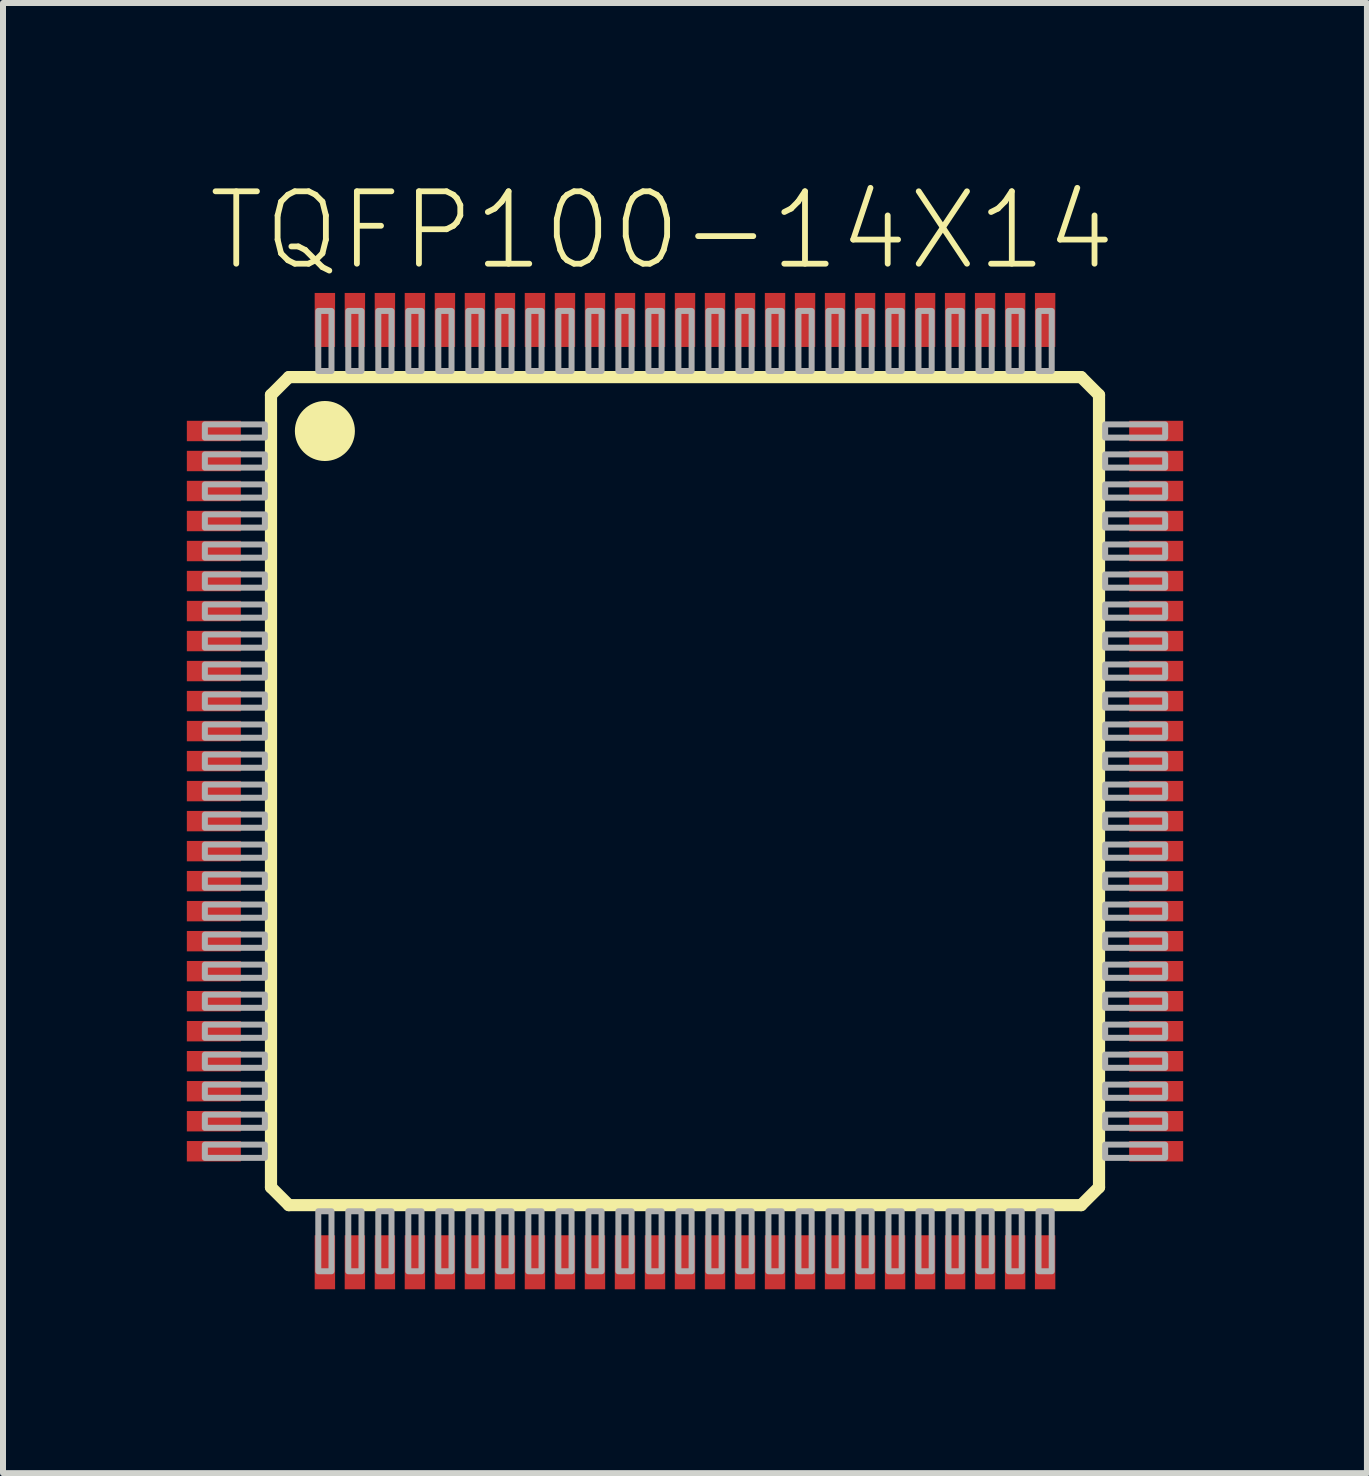
<source format=kicad_pcb>
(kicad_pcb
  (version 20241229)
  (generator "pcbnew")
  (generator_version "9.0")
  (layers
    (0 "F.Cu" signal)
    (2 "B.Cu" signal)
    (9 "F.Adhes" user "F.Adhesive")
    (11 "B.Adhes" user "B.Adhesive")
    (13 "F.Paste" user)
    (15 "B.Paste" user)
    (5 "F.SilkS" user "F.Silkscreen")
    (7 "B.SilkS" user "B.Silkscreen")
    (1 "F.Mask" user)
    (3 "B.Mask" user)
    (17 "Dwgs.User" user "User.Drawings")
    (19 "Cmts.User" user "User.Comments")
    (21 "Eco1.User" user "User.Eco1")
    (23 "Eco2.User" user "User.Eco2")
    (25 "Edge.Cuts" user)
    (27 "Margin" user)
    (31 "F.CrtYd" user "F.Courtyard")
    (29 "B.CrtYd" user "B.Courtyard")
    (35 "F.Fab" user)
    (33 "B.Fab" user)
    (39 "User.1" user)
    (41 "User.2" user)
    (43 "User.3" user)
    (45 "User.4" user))
  (footprint "TQFP100-14X14"
    (layer "F.Cu")
    (at 8.363 10.131)
    (property "Reference" "TQFP100-14X14" (at -8 -8.635 0) (layer "F.SilkS") (effects (font (size 1.206 1.206) (thickness 0.097)) (justify left bottom)))
    (attr through_hole)
    (fp_poly (pts (xy -8.363 -5.8) (xy -7.35 -5.8) (xy -7.35 -6.2) (xy -8.363 -6.2)) (stroke (width 0) (type solid)) (fill yes) (layer "F.Mask"))
    (fp_poly (pts (xy -8.363 -5.3) (xy -7.35 -5.3) (xy -7.35 -5.7) (xy -8.363 -5.7)) (stroke (width 0) (type solid)) (fill yes) (layer "F.Mask"))
    (fp_poly (pts (xy -8.363 -4.8) (xy -7.35 -4.8) (xy -7.35 -5.2) (xy -8.363 -5.2)) (stroke (width 0) (type solid)) (fill yes) (layer "F.Mask"))
    (fp_poly (pts (xy -8.363 -4.3) (xy -7.35 -4.3) (xy -7.35 -4.7) (xy -8.363 -4.7)) (stroke (width 0) (type solid)) (fill yes) (layer "F.Mask"))
    (fp_poly (pts (xy -8.363 -3.8) (xy -7.35 -3.8) (xy -7.35 -4.2) (xy -8.363 -4.2)) (stroke (width 0) (type solid)) (fill yes) (layer "F.Mask"))
    (fp_poly (pts (xy -8.363 -3.3) (xy -7.35 -3.3) (xy -7.35 -3.7) (xy -8.363 -3.7)) (stroke (width 0) (type solid)) (fill yes) (layer "F.Mask"))
    (fp_poly (pts (xy -8.363 -2.8) (xy -7.35 -2.8) (xy -7.35 -3.2) (xy -8.363 -3.2)) (stroke (width 0) (type solid)) (fill yes) (layer "F.Mask"))
    (fp_poly (pts (xy -8.363 -2.3) (xy -7.35 -2.3) (xy -7.35 -2.7) (xy -8.363 -2.7)) (stroke (width 0) (type solid)) (fill yes) (layer "F.Mask"))
    (fp_poly (pts (xy -8.363 -1.8) (xy -7.35 -1.8) (xy -7.35 -2.2) (xy -8.363 -2.2)) (stroke (width 0) (type solid)) (fill yes) (layer "F.Mask"))
    (fp_poly (pts (xy -8.363 -1.3) (xy -7.35 -1.3) (xy -7.35 -1.7) (xy -8.363 -1.7)) (stroke (width 0) (type solid)) (fill yes) (layer "F.Mask"))
    (fp_poly (pts (xy -8.363 -0.8) (xy -7.35 -0.8) (xy -7.35 -1.2) (xy -8.363 -1.2)) (stroke (width 0) (type solid)) (fill yes) (layer "F.Mask"))
    (fp_poly (pts (xy -8.363 -0.3) (xy -7.35 -0.3) (xy -7.35 -0.7) (xy -8.363 -0.7)) (stroke (width 0) (type solid)) (fill yes) (layer "F.Mask"))
    (fp_poly (pts (xy -8.363 0.2) (xy -7.35 0.2) (xy -7.35 -0.2) (xy -8.363 -0.2)) (stroke (width 0) (type solid)) (fill yes) (layer "F.Mask"))
    (fp_poly (pts (xy -8.363 0.7) (xy -7.35 0.7) (xy -7.35 0.3) (xy -8.363 0.3)) (stroke (width 0) (type solid)) (fill yes) (layer "F.Mask"))
    (fp_poly (pts (xy -8.363 1.2) (xy -7.35 1.2) (xy -7.35 0.8) (xy -8.363 0.8)) (stroke (width 0) (type solid)) (fill yes) (layer "F.Mask"))
    (fp_poly (pts (xy -8.363 1.7) (xy -7.35 1.7) (xy -7.35 1.3) (xy -8.363 1.3)) (stroke (width 0) (type solid)) (fill yes) (layer "F.Mask"))
    (fp_poly (pts (xy -8.363 2.2) (xy -7.35 2.2) (xy -7.35 1.8) (xy -8.363 1.8)) (stroke (width 0) (type solid)) (fill yes) (layer "F.Mask"))
    (fp_poly (pts (xy -8.363 2.7) (xy -7.35 2.7) (xy -7.35 2.3) (xy -8.363 2.3)) (stroke (width 0) (type solid)) (fill yes) (layer "F.Mask"))
    (fp_poly (pts (xy -8.363 3.2) (xy -7.35 3.2) (xy -7.35 2.8) (xy -8.363 2.8)) (stroke (width 0) (type solid)) (fill yes) (layer "F.Mask"))
    (fp_poly (pts (xy -8.363 3.7) (xy -7.35 3.7) (xy -7.35 3.3) (xy -8.363 3.3)) (stroke (width 0) (type solid)) (fill yes) (layer "F.Mask"))
    (fp_poly (pts (xy -8.363 4.2) (xy -7.35 4.2) (xy -7.35 3.8) (xy -8.363 3.8)) (stroke (width 0) (type solid)) (fill yes) (layer "F.Mask"))
    (fp_poly (pts (xy -8.363 4.7) (xy -7.35 4.7) (xy -7.35 4.3) (xy -8.363 4.3)) (stroke (width 0) (type solid)) (fill yes) (layer "F.Mask"))
    (fp_poly (pts (xy -8.363 5.2) (xy -7.35 5.2) (xy -7.35 4.8) (xy -8.363 4.8)) (stroke (width 0) (type solid)) (fill yes) (layer "F.Mask"))
    (fp_poly (pts (xy -8.363 5.7) (xy -7.35 5.7) (xy -7.35 5.3) (xy -8.363 5.3)) (stroke (width 0) (type solid)) (fill yes) (layer "F.Mask"))
    (fp_poly (pts (xy -8.363 6.2) (xy -7.35 6.2) (xy -7.35 5.8) (xy -8.363 5.8)) (stroke (width 0) (type solid)) (fill yes) (layer "F.Mask"))
    (fp_poly (pts (xy -6.2 -8.363) (xy -6.2 -7.35) (xy -5.8 -7.35) (xy -5.8 -8.363)) (stroke (width 0) (type solid)) (fill yes) (layer "F.Mask"))
    (fp_poly (pts (xy -5.8 8.363) (xy -5.8 7.35) (xy -6.2 7.35) (xy -6.2 8.363)) (stroke (width 0) (type solid)) (fill yes) (layer "F.Mask"))
    (fp_poly (pts (xy -5.7 -8.363) (xy -5.7 -7.35) (xy -5.3 -7.35) (xy -5.3 -8.363)) (stroke (width 0) (type solid)) (fill yes) (layer "F.Mask"))
    (fp_poly (pts (xy -5.3 8.363) (xy -5.3 7.35) (xy -5.7 7.35) (xy -5.7 8.363)) (stroke (width 0) (type solid)) (fill yes) (layer "F.Mask"))
    (fp_poly (pts (xy -5.2 -8.363) (xy -5.2 -7.35) (xy -4.8 -7.35) (xy -4.8 -8.363)) (stroke (width 0) (type solid)) (fill yes) (layer "F.Mask"))
    (fp_poly (pts (xy -4.8 8.363) (xy -4.8 7.35) (xy -5.2 7.35) (xy -5.2 8.363)) (stroke (width 0) (type solid)) (fill yes) (layer "F.Mask"))
    (fp_poly (pts (xy -4.7 -8.363) (xy -4.7 -7.35) (xy -4.3 -7.35) (xy -4.3 -8.363)) (stroke (width 0) (type solid)) (fill yes) (layer "F.Mask"))
    (fp_poly (pts (xy -4.3 8.363) (xy -4.3 7.35) (xy -4.7 7.35) (xy -4.7 8.363)) (stroke (width 0) (type solid)) (fill yes) (layer "F.Mask"))
    (fp_poly (pts (xy -4.2 -8.363) (xy -4.2 -7.35) (xy -3.8 -7.35) (xy -3.8 -8.363)) (stroke (width 0) (type solid)) (fill yes) (layer "F.Mask"))
    (fp_poly (pts (xy -3.8 8.363) (xy -3.8 7.35) (xy -4.2 7.35) (xy -4.2 8.363)) (stroke (width 0) (type solid)) (fill yes) (layer "F.Mask"))
    (fp_poly (pts (xy -3.7 -8.363) (xy -3.7 -7.35) (xy -3.3 -7.35) (xy -3.3 -8.363)) (stroke (width 0) (type solid)) (fill yes) (layer "F.Mask"))
    (fp_poly (pts (xy -3.3 8.363) (xy -3.3 7.35) (xy -3.7 7.35) (xy -3.7 8.363)) (stroke (width 0) (type solid)) (fill yes) (layer "F.Mask"))
    (fp_poly (pts (xy -3.2 -8.363) (xy -3.2 -7.35) (xy -2.8 -7.35) (xy -2.8 -8.363)) (stroke (width 0) (type solid)) (fill yes) (layer "F.Mask"))
    (fp_poly (pts (xy -2.8 8.363) (xy -2.8 7.35) (xy -3.2 7.35) (xy -3.2 8.363)) (stroke (width 0) (type solid)) (fill yes) (layer "F.Mask"))
    (fp_poly (pts (xy -2.7 -8.363) (xy -2.7 -7.35) (xy -2.3 -7.35) (xy -2.3 -8.363)) (stroke (width 0) (type solid)) (fill yes) (layer "F.Mask"))
    (fp_poly (pts (xy -2.3 8.363) (xy -2.3 7.35) (xy -2.7 7.35) (xy -2.7 8.363)) (stroke (width 0) (type solid)) (fill yes) (layer "F.Mask"))
    (fp_poly (pts (xy -2.2 -8.363) (xy -2.2 -7.35) (xy -1.8 -7.35) (xy -1.8 -8.363)) (stroke (width 0) (type solid)) (fill yes) (layer "F.Mask"))
    (fp_poly (pts (xy -1.8 8.363) (xy -1.8 7.35) (xy -2.2 7.35) (xy -2.2 8.363)) (stroke (width 0) (type solid)) (fill yes) (layer "F.Mask"))
    (fp_poly (pts (xy -1.7 -8.363) (xy -1.7 -7.35) (xy -1.3 -7.35) (xy -1.3 -8.363)) (stroke (width 0) (type solid)) (fill yes) (layer "F.Mask"))
    (fp_poly (pts (xy -1.3 8.363) (xy -1.3 7.35) (xy -1.7 7.35) (xy -1.7 8.363)) (stroke (width 0) (type solid)) (fill yes) (layer "F.Mask"))
    (fp_poly (pts (xy -1.2 -8.363) (xy -1.2 -7.35) (xy -0.8 -7.35) (xy -0.8 -8.363)) (stroke (width 0) (type solid)) (fill yes) (layer "F.Mask"))
    (fp_poly (pts (xy -0.8 8.363) (xy -0.8 7.35) (xy -1.2 7.35) (xy -1.2 8.363)) (stroke (width 0) (type solid)) (fill yes) (layer "F.Mask"))
    (fp_poly (pts (xy -0.7 -8.363) (xy -0.7 -7.35) (xy -0.3 -7.35) (xy -0.3 -8.363)) (stroke (width 0) (type solid)) (fill yes) (layer "F.Mask"))
    (fp_poly (pts (xy -0.3 8.363) (xy -0.3 7.35) (xy -0.7 7.35) (xy -0.7 8.363)) (stroke (width 0) (type solid)) (fill yes) (layer "F.Mask"))
    (fp_poly (pts (xy -0.2 -8.363) (xy -0.2 -7.35) (xy 0.2 -7.35) (xy 0.2 -8.363)) (stroke (width 0) (type solid)) (fill yes) (layer "F.Mask"))
    (fp_poly (pts (xy 0.2 8.363) (xy 0.2 7.35) (xy -0.2 7.35) (xy -0.2 8.363)) (stroke (width 0) (type solid)) (fill yes) (layer "F.Mask"))
    (fp_poly (pts (xy 0.3 -8.363) (xy 0.3 -7.35) (xy 0.7 -7.35) (xy 0.7 -8.363)) (stroke (width 0) (type solid)) (fill yes) (layer "F.Mask"))
    (fp_poly (pts (xy 0.7 8.363) (xy 0.7 7.35) (xy 0.3 7.35) (xy 0.3 8.363)) (stroke (width 0) (type solid)) (fill yes) (layer "F.Mask"))
    (fp_poly (pts (xy 0.8 -8.363) (xy 0.8 -7.35) (xy 1.2 -7.35) (xy 1.2 -8.363)) (stroke (width 0) (type solid)) (fill yes) (layer "F.Mask"))
    (fp_poly (pts (xy 1.2 8.363) (xy 1.2 7.35) (xy 0.8 7.35) (xy 0.8 8.363)) (stroke (width 0) (type solid)) (fill yes) (layer "F.Mask"))
    (fp_poly (pts (xy 1.3 -8.363) (xy 1.3 -7.35) (xy 1.7 -7.35) (xy 1.7 -8.363)) (stroke (width 0) (type solid)) (fill yes) (layer "F.Mask"))
    (fp_poly (pts (xy 1.7 8.363) (xy 1.7 7.35) (xy 1.3 7.35) (xy 1.3 8.363)) (stroke (width 0) (type solid)) (fill yes) (layer "F.Mask"))
    (fp_poly (pts (xy 1.8 -8.363) (xy 1.8 -7.35) (xy 2.2 -7.35) (xy 2.2 -8.363)) (stroke (width 0) (type solid)) (fill yes) (layer "F.Mask"))
    (fp_poly (pts (xy 2.2 8.363) (xy 2.2 7.35) (xy 1.8 7.35) (xy 1.8 8.363)) (stroke (width 0) (type solid)) (fill yes) (layer "F.Mask"))
    (fp_poly (pts (xy 2.3 -8.363) (xy 2.3 -7.35) (xy 2.7 -7.35) (xy 2.7 -8.363)) (stroke (width 0) (type solid)) (fill yes) (layer "F.Mask"))
    (fp_poly (pts (xy 2.7 8.363) (xy 2.7 7.35) (xy 2.3 7.35) (xy 2.3 8.363)) (stroke (width 0) (type solid)) (fill yes) (layer "F.Mask"))
    (fp_poly (pts (xy 2.8 -8.363) (xy 2.8 -7.35) (xy 3.2 -7.35) (xy 3.2 -8.363)) (stroke (width 0) (type solid)) (fill yes) (layer "F.Mask"))
    (fp_poly (pts (xy 3.2 8.363) (xy 3.2 7.35) (xy 2.8 7.35) (xy 2.8 8.363)) (stroke (width 0) (type solid)) (fill yes) (layer "F.Mask"))
    (fp_poly (pts (xy 3.3 -8.363) (xy 3.3 -7.35) (xy 3.7 -7.35) (xy 3.7 -8.363)) (stroke (width 0) (type solid)) (fill yes) (layer "F.Mask"))
    (fp_poly (pts (xy 3.7 8.363) (xy 3.7 7.35) (xy 3.3 7.35) (xy 3.3 8.363)) (stroke (width 0) (type solid)) (fill yes) (layer "F.Mask"))
    (fp_poly (pts (xy 3.8 -8.363) (xy 3.8 -7.35) (xy 4.2 -7.35) (xy 4.2 -8.363)) (stroke (width 0) (type solid)) (fill yes) (layer "F.Mask"))
    (fp_poly (pts (xy 4.2 8.363) (xy 4.2 7.35) (xy 3.8 7.35) (xy 3.8 8.363)) (stroke (width 0) (type solid)) (fill yes) (layer "F.Mask"))
    (fp_poly (pts (xy 4.3 -8.363) (xy 4.3 -7.35) (xy 4.7 -7.35) (xy 4.7 -8.363)) (stroke (width 0) (type solid)) (fill yes) (layer "F.Mask"))
    (fp_poly (pts (xy 4.7 8.363) (xy 4.7 7.35) (xy 4.3 7.35) (xy 4.3 8.363)) (stroke (width 0) (type solid)) (fill yes) (layer "F.Mask"))
    (fp_poly (pts (xy 4.8 -8.363) (xy 4.8 -7.35) (xy 5.2 -7.35) (xy 5.2 -8.363)) (stroke (width 0) (type solid)) (fill yes) (layer "F.Mask"))
    (fp_poly (pts (xy 5.2 8.363) (xy 5.2 7.35) (xy 4.8 7.35) (xy 4.8 8.363)) (stroke (width 0) (type solid)) (fill yes) (layer "F.Mask"))
    (fp_poly (pts (xy 5.3 -8.363) (xy 5.3 -7.35) (xy 5.7 -7.35) (xy 5.7 -8.363)) (stroke (width 0) (type solid)) (fill yes) (layer "F.Mask"))
    (fp_poly (pts (xy 5.7 8.363) (xy 5.7 7.35) (xy 5.3 7.35) (xy 5.3 8.363)) (stroke (width 0) (type solid)) (fill yes) (layer "F.Mask"))
    (fp_poly (pts (xy 5.8 -8.363) (xy 5.8 -7.35) (xy 6.2 -7.35) (xy 6.2 -8.363)) (stroke (width 0) (type solid)) (fill yes) (layer "F.Mask"))
    (fp_poly (pts (xy 6.2 8.363) (xy 6.2 7.35) (xy 5.8 7.35) (xy 5.8 8.363)) (stroke (width 0) (type solid)) (fill yes) (layer "F.Mask"))
    (fp_poly (pts (xy 8.363 -6.2) (xy 7.35 -6.2) (xy 7.35 -5.8) (xy 8.363 -5.8)) (stroke (width 0) (type solid)) (fill yes) (layer "F.Mask"))
    (fp_poly (pts (xy 8.363 -5.7) (xy 7.35 -5.7) (xy 7.35 -5.3) (xy 8.363 -5.3)) (stroke (width 0) (type solid)) (fill yes) (layer "F.Mask"))
    (fp_poly (pts (xy 8.363 -5.2) (xy 7.35 -5.2) (xy 7.35 -4.8) (xy 8.363 -4.8)) (stroke (width 0) (type solid)) (fill yes) (layer "F.Mask"))
    (fp_poly (pts (xy 8.363 -4.7) (xy 7.35 -4.7) (xy 7.35 -4.3) (xy 8.363 -4.3)) (stroke (width 0) (type solid)) (fill yes) (layer "F.Mask"))
    (fp_poly (pts (xy 8.363 -4.2) (xy 7.35 -4.2) (xy 7.35 -3.8) (xy 8.363 -3.8)) (stroke (width 0) (type solid)) (fill yes) (layer "F.Mask"))
    (fp_poly (pts (xy 8.363 -3.7) (xy 7.35 -3.7) (xy 7.35 -3.3) (xy 8.363 -3.3)) (stroke (width 0) (type solid)) (fill yes) (layer "F.Mask"))
    (fp_poly (pts (xy 8.363 -3.2) (xy 7.35 -3.2) (xy 7.35 -2.8) (xy 8.363 -2.8)) (stroke (width 0) (type solid)) (fill yes) (layer "F.Mask"))
    (fp_poly (pts (xy 8.363 -2.7) (xy 7.35 -2.7) (xy 7.35 -2.3) (xy 8.363 -2.3)) (stroke (width 0) (type solid)) (fill yes) (layer "F.Mask"))
    (fp_poly (pts (xy 8.363 -2.2) (xy 7.35 -2.2) (xy 7.35 -1.8) (xy 8.363 -1.8)) (stroke (width 0) (type solid)) (fill yes) (layer "F.Mask"))
    (fp_poly (pts (xy 8.363 -1.7) (xy 7.35 -1.7) (xy 7.35 -1.3) (xy 8.363 -1.3)) (stroke (width 0) (type solid)) (fill yes) (layer "F.Mask"))
    (fp_poly (pts (xy 8.363 -1.2) (xy 7.35 -1.2) (xy 7.35 -0.8) (xy 8.363 -0.8)) (stroke (width 0) (type solid)) (fill yes) (layer "F.Mask"))
    (fp_poly (pts (xy 8.363 -0.7) (xy 7.35 -0.7) (xy 7.35 -0.3) (xy 8.363 -0.3)) (stroke (width 0) (type solid)) (fill yes) (layer "F.Mask"))
    (fp_poly (pts (xy 8.363 -0.2) (xy 7.35 -0.2) (xy 7.35 0.2) (xy 8.363 0.2)) (stroke (width 0) (type solid)) (fill yes) (layer "F.Mask"))
    (fp_poly (pts (xy 8.363 0.3) (xy 7.35 0.3) (xy 7.35 0.7) (xy 8.363 0.7)) (stroke (width 0) (type solid)) (fill yes) (layer "F.Mask"))
    (fp_poly (pts (xy 8.363 0.8) (xy 7.35 0.8) (xy 7.35 1.2) (xy 8.363 1.2)) (stroke (width 0) (type solid)) (fill yes) (layer "F.Mask"))
    (fp_poly (pts (xy 8.363 1.3) (xy 7.35 1.3) (xy 7.35 1.7) (xy 8.363 1.7)) (stroke (width 0) (type solid)) (fill yes) (layer "F.Mask"))
    (fp_poly (pts (xy 8.363 1.8) (xy 7.35 1.8) (xy 7.35 2.2) (xy 8.363 2.2)) (stroke (width 0) (type solid)) (fill yes) (layer "F.Mask"))
    (fp_poly (pts (xy 8.363 2.3) (xy 7.35 2.3) (xy 7.35 2.7) (xy 8.363 2.7)) (stroke (width 0) (type solid)) (fill yes) (layer "F.Mask"))
    (fp_poly (pts (xy 8.363 2.8) (xy 7.35 2.8) (xy 7.35 3.2) (xy 8.363 3.2)) (stroke (width 0) (type solid)) (fill yes) (layer "F.Mask"))
    (fp_poly (pts (xy 8.363 3.3) (xy 7.35 3.3) (xy 7.35 3.7) (xy 8.363 3.7)) (stroke (width 0) (type solid)) (fill yes) (layer "F.Mask"))
    (fp_poly (pts (xy 8.363 3.8) (xy 7.35 3.8) (xy 7.35 4.2) (xy 8.363 4.2)) (stroke (width 0) (type solid)) (fill yes) (layer "F.Mask"))
    (fp_poly (pts (xy 8.363 4.3) (xy 7.35 4.3) (xy 7.35 4.7) (xy 8.363 4.7)) (stroke (width 0) (type solid)) (fill yes) (layer "F.Mask"))
    (fp_poly (pts (xy 8.363 4.8) (xy 7.35 4.8) (xy 7.35 5.2) (xy 8.363 5.2)) (stroke (width 0) (type solid)) (fill yes) (layer "F.Mask"))
    (fp_poly (pts (xy 8.363 5.3) (xy 7.35 5.3) (xy 7.35 5.7) (xy 8.363 5.7)) (stroke (width 0) (type solid)) (fill yes) (layer "F.Mask"))
    (fp_poly (pts (xy 8.363 5.8) (xy 7.35 5.8) (xy 7.35 6.2) (xy 8.363 6.2)) (stroke (width 0) (type solid)) (fill yes) (layer "F.Mask"))
    (fp_line (start -6.898 -6.6) (end -6.898 6.6) (stroke (width 0.203) (type solid)) (layer "F.SilkS"))
    (fp_line (start -6.898 6.6) (end -6.6 6.898) (stroke (width 0.203) (type solid)) (layer "F.SilkS"))
    (fp_line (start -6.6 -6.898) (end -6.898 -6.6) (stroke (width 0.203) (type solid)) (layer "F.SilkS"))
    (fp_line (start -6.6 6.898) (end 6.6 6.898) (stroke (width 0.203) (type solid)) (layer "F.SilkS"))
    (fp_line (start 6.6 -6.898) (end -6.6 -6.898) (stroke (width 0.203) (type solid)) (layer "F.SilkS"))
    (fp_line (start 6.6 6.898) (end 6.898 6.6) (stroke (width 0.203) (type solid)) (layer "F.SilkS"))
    (fp_line (start 6.898 -6.6) (end 6.6 -6.898) (stroke (width 0.203) (type solid)) (layer "F.SilkS"))
    (fp_line (start 6.898 6.6) (end 6.898 -6.6) (stroke (width 0.203) (type solid)) (layer "F.SilkS"))
    (fp_circle (center -6 -6) (end -5.5 -6) (stroke (width 0) (type solid)) (fill yes) (layer "F.SilkS"))
    (fp_poly (pts (xy -8.262 -5.838) (xy -7.45 -5.838) (xy -7.45 -6.162) (xy -8.262 -6.162)) (stroke (width 0) (type solid)) (fill yes) (layer "F.Paste"))
    (fp_poly (pts (xy -8.262 -5.338) (xy -7.45 -5.338) (xy -7.45 -5.662) (xy -8.262 -5.662)) (stroke (width 0) (type solid)) (fill yes) (layer "F.Paste"))
    (fp_poly (pts (xy -8.262 -4.838) (xy -7.45 -4.838) (xy -7.45 -5.162) (xy -8.262 -5.162)) (stroke (width 0) (type solid)) (fill yes) (layer "F.Paste"))
    (fp_poly (pts (xy -8.262 -4.338) (xy -7.45 -4.338) (xy -7.45 -4.662) (xy -8.262 -4.662)) (stroke (width 0) (type solid)) (fill yes) (layer "F.Paste"))
    (fp_poly (pts (xy -8.262 -3.837) (xy -7.45 -3.837) (xy -7.45 -4.162) (xy -8.262 -4.162)) (stroke (width 0) (type solid)) (fill yes) (layer "F.Paste"))
    (fp_poly (pts (xy -8.262 -3.337) (xy -7.45 -3.337) (xy -7.45 -3.663) (xy -8.262 -3.663)) (stroke (width 0) (type solid)) (fill yes) (layer "F.Paste"))
    (fp_poly (pts (xy -8.262 -2.837) (xy -7.45 -2.837) (xy -7.45 -3.163) (xy -8.262 -3.163)) (stroke (width 0) (type solid)) (fill yes) (layer "F.Paste"))
    (fp_poly (pts (xy -8.262 -2.337) (xy -7.45 -2.337) (xy -7.45 -2.663) (xy -8.262 -2.663)) (stroke (width 0) (type solid)) (fill yes) (layer "F.Paste"))
    (fp_poly (pts (xy -8.262 -1.837) (xy -7.45 -1.837) (xy -7.45 -2.163) (xy -8.262 -2.163)) (stroke (width 0) (type solid)) (fill yes) (layer "F.Paste"))
    (fp_poly (pts (xy -8.262 -1.337) (xy -7.45 -1.337) (xy -7.45 -1.663) (xy -8.262 -1.663)) (stroke (width 0) (type solid)) (fill yes) (layer "F.Paste"))
    (fp_poly (pts (xy -8.262 -0.838) (xy -7.45 -0.838) (xy -7.45 -1.163) (xy -8.262 -1.163)) (stroke (width 0) (type solid)) (fill yes) (layer "F.Paste"))
    (fp_poly (pts (xy -8.262 -0.338) (xy -7.45 -0.338) (xy -7.45 -0.662) (xy -8.262 -0.662)) (stroke (width 0) (type solid)) (fill yes) (layer "F.Paste"))
    (fp_poly (pts (xy -8.262 0.163) (xy -7.45 0.163) (xy -7.45 -0.163) (xy -8.262 -0.163)) (stroke (width 0) (type solid)) (fill yes) (layer "F.Paste"))
    (fp_poly (pts (xy -8.262 0.662) (xy -7.45 0.662) (xy -7.45 0.338) (xy -8.262 0.338)) (stroke (width 0) (type solid)) (fill yes) (layer "F.Paste"))
    (fp_poly (pts (xy -8.262 1.163) (xy -7.45 1.163) (xy -7.45 0.838) (xy -8.262 0.838)) (stroke (width 0) (type solid)) (fill yes) (layer "F.Paste"))
    (fp_poly (pts (xy -8.262 1.663) (xy -7.45 1.663) (xy -7.45 1.337) (xy -8.262 1.337)) (stroke (width 0) (type solid)) (fill yes) (layer "F.Paste"))
    (fp_poly (pts (xy -8.262 2.163) (xy -7.45 2.163) (xy -7.45 1.837) (xy -8.262 1.837)) (stroke (width 0) (type solid)) (fill yes) (layer "F.Paste"))
    (fp_poly (pts (xy -8.262 2.663) (xy -7.45 2.663) (xy -7.45 2.337) (xy -8.262 2.337)) (stroke (width 0) (type solid)) (fill yes) (layer "F.Paste"))
    (fp_poly (pts (xy -8.262 3.163) (xy -7.45 3.163) (xy -7.45 2.837) (xy -8.262 2.837)) (stroke (width 0) (type solid)) (fill yes) (layer "F.Paste"))
    (fp_poly (pts (xy -8.262 3.663) (xy -7.45 3.663) (xy -7.45 3.337) (xy -8.262 3.337)) (stroke (width 0) (type solid)) (fill yes) (layer "F.Paste"))
    (fp_poly (pts (xy -8.262 4.162) (xy -7.45 4.162) (xy -7.45 3.837) (xy -8.262 3.837)) (stroke (width 0) (type solid)) (fill yes) (layer "F.Paste"))
    (fp_poly (pts (xy -8.262 4.662) (xy -7.45 4.662) (xy -7.45 4.338) (xy -8.262 4.338)) (stroke (width 0) (type solid)) (fill yes) (layer "F.Paste"))
    (fp_poly (pts (xy -8.262 5.162) (xy -7.45 5.162) (xy -7.45 4.838) (xy -8.262 4.838)) (stroke (width 0) (type solid)) (fill yes) (layer "F.Paste"))
    (fp_poly (pts (xy -8.262 5.662) (xy -7.45 5.662) (xy -7.45 5.338) (xy -8.262 5.338)) (stroke (width 0) (type solid)) (fill yes) (layer "F.Paste"))
    (fp_poly (pts (xy -8.262 6.162) (xy -7.45 6.162) (xy -7.45 5.838) (xy -8.262 5.838)) (stroke (width 0) (type solid)) (fill yes) (layer "F.Paste"))
    (fp_poly (pts (xy -6.162 -8.262) (xy -6.162 -7.45) (xy -5.838 -7.45) (xy -5.838 -8.262)) (stroke (width 0) (type solid)) (fill yes) (layer "F.Paste"))
    (fp_poly (pts (xy -5.838 8.262) (xy -5.838 7.45) (xy -6.162 7.45) (xy -6.162 8.262)) (stroke (width 0) (type solid)) (fill yes) (layer "F.Paste"))
    (fp_poly (pts (xy -5.662 -8.262) (xy -5.662 -7.45) (xy -5.338 -7.45) (xy -5.338 -8.262)) (stroke (width 0) (type solid)) (fill yes) (layer "F.Paste"))
    (fp_poly (pts (xy -5.338 8.262) (xy -5.338 7.45) (xy -5.662 7.45) (xy -5.662 8.262)) (stroke (width 0) (type solid)) (fill yes) (layer "F.Paste"))
    (fp_poly (pts (xy -5.162 -8.262) (xy -5.162 -7.45) (xy -4.838 -7.45) (xy -4.838 -8.262)) (stroke (width 0) (type solid)) (fill yes) (layer "F.Paste"))
    (fp_poly (pts (xy -4.838 8.262) (xy -4.838 7.45) (xy -5.162 7.45) (xy -5.162 8.262)) (stroke (width 0) (type solid)) (fill yes) (layer "F.Paste"))
    (fp_poly (pts (xy -4.662 -8.262) (xy -4.662 -7.45) (xy -4.338 -7.45) (xy -4.338 -8.262)) (stroke (width 0) (type solid)) (fill yes) (layer "F.Paste"))
    (fp_poly (pts (xy -4.338 8.262) (xy -4.338 7.45) (xy -4.662 7.45) (xy -4.662 8.262)) (stroke (width 0) (type solid)) (fill yes) (layer "F.Paste"))
    (fp_poly (pts (xy -4.162 -8.262) (xy -4.162 -7.45) (xy -3.837 -7.45) (xy -3.837 -8.262)) (stroke (width 0) (type solid)) (fill yes) (layer "F.Paste"))
    (fp_poly (pts (xy -3.837 8.262) (xy -3.837 7.45) (xy -4.162 7.45) (xy -4.162 8.262)) (stroke (width 0) (type solid)) (fill yes) (layer "F.Paste"))
    (fp_poly (pts (xy -3.663 -8.262) (xy -3.663 -7.45) (xy -3.337 -7.45) (xy -3.337 -8.262)) (stroke (width 0) (type solid)) (fill yes) (layer "F.Paste"))
    (fp_poly (pts (xy -3.337 8.262) (xy -3.337 7.45) (xy -3.663 7.45) (xy -3.663 8.262)) (stroke (width 0) (type solid)) (fill yes) (layer "F.Paste"))
    (fp_poly (pts (xy -3.163 -8.262) (xy -3.163 -7.45) (xy -2.837 -7.45) (xy -2.837 -8.262)) (stroke (width 0) (type solid)) (fill yes) (layer "F.Paste"))
    (fp_poly (pts (xy -2.837 8.262) (xy -2.837 7.45) (xy -3.163 7.45) (xy -3.163 8.262)) (stroke (width 0) (type solid)) (fill yes) (layer "F.Paste"))
    (fp_poly (pts (xy -2.663 -8.262) (xy -2.663 -7.45) (xy -2.337 -7.45) (xy -2.337 -8.262)) (stroke (width 0) (type solid)) (fill yes) (layer "F.Paste"))
    (fp_poly (pts (xy -2.337 8.262) (xy -2.337 7.45) (xy -2.663 7.45) (xy -2.663 8.262)) (stroke (width 0) (type solid)) (fill yes) (layer "F.Paste"))
    (fp_poly (pts (xy -2.163 -8.262) (xy -2.163 -7.45) (xy -1.837 -7.45) (xy -1.837 -8.262)) (stroke (width 0) (type solid)) (fill yes) (layer "F.Paste"))
    (fp_poly (pts (xy -1.837 8.262) (xy -1.837 7.45) (xy -2.163 7.45) (xy -2.163 8.262)) (stroke (width 0) (type solid)) (fill yes) (layer "F.Paste"))
    (fp_poly (pts (xy -1.663 -8.262) (xy -1.663 -7.45) (xy -1.337 -7.45) (xy -1.337 -8.262)) (stroke (width 0) (type solid)) (fill yes) (layer "F.Paste"))
    (fp_poly (pts (xy -1.337 8.262) (xy -1.337 7.45) (xy -1.663 7.45) (xy -1.663 8.262)) (stroke (width 0) (type solid)) (fill yes) (layer "F.Paste"))
    (fp_poly (pts (xy -1.163 -8.262) (xy -1.163 -7.45) (xy -0.838 -7.45) (xy -0.838 -8.262)) (stroke (width 0) (type solid)) (fill yes) (layer "F.Paste"))
    (fp_poly (pts (xy -0.838 8.262) (xy -0.838 7.45) (xy -1.163 7.45) (xy -1.163 8.262)) (stroke (width 0) (type solid)) (fill yes) (layer "F.Paste"))
    (fp_poly (pts (xy -0.662 -8.262) (xy -0.662 -7.45) (xy -0.338 -7.45) (xy -0.338 -8.262)) (stroke (width 0) (type solid)) (fill yes) (layer "F.Paste"))
    (fp_poly (pts (xy -0.338 8.262) (xy -0.338 7.45) (xy -0.662 7.45) (xy -0.662 8.262)) (stroke (width 0) (type solid)) (fill yes) (layer "F.Paste"))
    (fp_poly (pts (xy -0.163 -8.262) (xy -0.163 -7.45) (xy 0.163 -7.45) (xy 0.163 -8.262)) (stroke (width 0) (type solid)) (fill yes) (layer "F.Paste"))
    (fp_poly (pts (xy 0.163 8.262) (xy 0.163 7.45) (xy -0.163 7.45) (xy -0.163 8.262)) (stroke (width 0) (type solid)) (fill yes) (layer "F.Paste"))
    (fp_poly (pts (xy 0.338 -8.262) (xy 0.338 -7.45) (xy 0.662 -7.45) (xy 0.662 -8.262)) (stroke (width 0) (type solid)) (fill yes) (layer "F.Paste"))
    (fp_poly (pts (xy 0.662 8.262) (xy 0.662 7.45) (xy 0.338 7.45) (xy 0.338 8.262)) (stroke (width 0) (type solid)) (fill yes) (layer "F.Paste"))
    (fp_poly (pts (xy 0.838 -8.262) (xy 0.838 -7.45) (xy 1.163 -7.45) (xy 1.163 -8.262)) (stroke (width 0) (type solid)) (fill yes) (layer "F.Paste"))
    (fp_poly (pts (xy 1.163 8.262) (xy 1.163 7.45) (xy 0.838 7.45) (xy 0.838 8.262)) (stroke (width 0) (type solid)) (fill yes) (layer "F.Paste"))
    (fp_poly (pts (xy 1.337 -8.262) (xy 1.337 -7.45) (xy 1.663 -7.45) (xy 1.663 -8.262)) (stroke (width 0) (type solid)) (fill yes) (layer "F.Paste"))
    (fp_poly (pts (xy 1.663 8.262) (xy 1.663 7.45) (xy 1.337 7.45) (xy 1.337 8.262)) (stroke (width 0) (type solid)) (fill yes) (layer "F.Paste"))
    (fp_poly (pts (xy 1.837 -8.262) (xy 1.837 -7.45) (xy 2.163 -7.45) (xy 2.163 -8.262)) (stroke (width 0) (type solid)) (fill yes) (layer "F.Paste"))
    (fp_poly (pts (xy 2.163 8.262) (xy 2.163 7.45) (xy 1.837 7.45) (xy 1.837 8.262)) (stroke (width 0) (type solid)) (fill yes) (layer "F.Paste"))
    (fp_poly (pts (xy 2.337 -8.262) (xy 2.337 -7.45) (xy 2.663 -7.45) (xy 2.663 -8.262)) (stroke (width 0) (type solid)) (fill yes) (layer "F.Paste"))
    (fp_poly (pts (xy 2.663 8.262) (xy 2.663 7.45) (xy 2.337 7.45) (xy 2.337 8.262)) (stroke (width 0) (type solid)) (fill yes) (layer "F.Paste"))
    (fp_poly (pts (xy 2.837 -8.262) (xy 2.837 -7.45) (xy 3.163 -7.45) (xy 3.163 -8.262)) (stroke (width 0) (type solid)) (fill yes) (layer "F.Paste"))
    (fp_poly (pts (xy 3.163 8.262) (xy 3.163 7.45) (xy 2.837 7.45) (xy 2.837 8.262)) (stroke (width 0) (type solid)) (fill yes) (layer "F.Paste"))
    (fp_poly (pts (xy 3.337 -8.262) (xy 3.337 -7.45) (xy 3.663 -7.45) (xy 3.663 -8.262)) (stroke (width 0) (type solid)) (fill yes) (layer "F.Paste"))
    (fp_poly (pts (xy 3.663 8.262) (xy 3.663 7.45) (xy 3.337 7.45) (xy 3.337 8.262)) (stroke (width 0) (type solid)) (fill yes) (layer "F.Paste"))
    (fp_poly (pts (xy 3.837 -8.262) (xy 3.837 -7.45) (xy 4.162 -7.45) (xy 4.162 -8.262)) (stroke (width 0) (type solid)) (fill yes) (layer "F.Paste"))
    (fp_poly (pts (xy 4.162 8.262) (xy 4.162 7.45) (xy 3.837 7.45) (xy 3.837 8.262)) (stroke (width 0) (type solid)) (fill yes) (layer "F.Paste"))
    (fp_poly (pts (xy 4.338 -8.262) (xy 4.338 -7.45) (xy 4.662 -7.45) (xy 4.662 -8.262)) (stroke (width 0) (type solid)) (fill yes) (layer "F.Paste"))
    (fp_poly (pts (xy 4.662 8.262) (xy 4.662 7.45) (xy 4.338 7.45) (xy 4.338 8.262)) (stroke (width 0) (type solid)) (fill yes) (layer "F.Paste"))
    (fp_poly (pts (xy 4.838 -8.262) (xy 4.838 -7.45) (xy 5.162 -7.45) (xy 5.162 -8.262)) (stroke (width 0) (type solid)) (fill yes) (layer "F.Paste"))
    (fp_poly (pts (xy 5.162 8.262) (xy 5.162 7.45) (xy 4.838 7.45) (xy 4.838 8.262)) (stroke (width 0) (type solid)) (fill yes) (layer "F.Paste"))
    (fp_poly (pts (xy 5.338 -8.262) (xy 5.338 -7.45) (xy 5.662 -7.45) (xy 5.662 -8.262)) (stroke (width 0) (type solid)) (fill yes) (layer "F.Paste"))
    (fp_poly (pts (xy 5.662 8.262) (xy 5.662 7.45) (xy 5.338 7.45) (xy 5.338 8.262)) (stroke (width 0) (type solid)) (fill yes) (layer "F.Paste"))
    (fp_poly (pts (xy 5.838 -8.262) (xy 5.838 -7.45) (xy 6.162 -7.45) (xy 6.162 -8.262)) (stroke (width 0) (type solid)) (fill yes) (layer "F.Paste"))
    (fp_poly (pts (xy 6.162 8.262) (xy 6.162 7.45) (xy 5.838 7.45) (xy 5.838 8.262)) (stroke (width 0) (type solid)) (fill yes) (layer "F.Paste"))
    (fp_poly (pts (xy 8.262 -6.162) (xy 7.45 -6.162) (xy 7.45 -5.838) (xy 8.262 -5.838)) (stroke (width 0) (type solid)) (fill yes) (layer "F.Paste"))
    (fp_poly (pts (xy 8.262 -5.662) (xy 7.45 -5.662) (xy 7.45 -5.338) (xy 8.262 -5.338)) (stroke (width 0) (type solid)) (fill yes) (layer "F.Paste"))
    (fp_poly (pts (xy 8.262 -5.162) (xy 7.45 -5.162) (xy 7.45 -4.838) (xy 8.262 -4.838)) (stroke (width 0) (type solid)) (fill yes) (layer "F.Paste"))
    (fp_poly (pts (xy 8.262 -4.662) (xy 7.45 -4.662) (xy 7.45 -4.338) (xy 8.262 -4.338)) (stroke (width 0) (type solid)) (fill yes) (layer "F.Paste"))
    (fp_poly (pts (xy 8.262 -4.162) (xy 7.45 -4.162) (xy 7.45 -3.837) (xy 8.262 -3.837)) (stroke (width 0) (type solid)) (fill yes) (layer "F.Paste"))
    (fp_poly (pts (xy 8.262 -3.663) (xy 7.45 -3.663) (xy 7.45 -3.337) (xy 8.262 -3.337)) (stroke (width 0) (type solid)) (fill yes) (layer "F.Paste"))
    (fp_poly (pts (xy 8.262 -3.163) (xy 7.45 -3.163) (xy 7.45 -2.837) (xy 8.262 -2.837)) (stroke (width 0) (type solid)) (fill yes) (layer "F.Paste"))
    (fp_poly (pts (xy 8.262 -2.663) (xy 7.45 -2.663) (xy 7.45 -2.337) (xy 8.262 -2.337)) (stroke (width 0) (type solid)) (fill yes) (layer "F.Paste"))
    (fp_poly (pts (xy 8.262 -2.163) (xy 7.45 -2.163) (xy 7.45 -1.837) (xy 8.262 -1.837)) (stroke (width 0) (type solid)) (fill yes) (layer "F.Paste"))
    (fp_poly (pts (xy 8.262 -1.663) (xy 7.45 -1.663) (xy 7.45 -1.337) (xy 8.262 -1.337)) (stroke (width 0) (type solid)) (fill yes) (layer "F.Paste"))
    (fp_poly (pts (xy 8.262 -1.163) (xy 7.45 -1.163) (xy 7.45 -0.838) (xy 8.262 -0.838)) (stroke (width 0) (type solid)) (fill yes) (layer "F.Paste"))
    (fp_poly (pts (xy 8.262 -0.662) (xy 7.45 -0.662) (xy 7.45 -0.338) (xy 8.262 -0.338)) (stroke (width 0) (type solid)) (fill yes) (layer "F.Paste"))
    (fp_poly (pts (xy 8.262 -0.163) (xy 7.45 -0.163) (xy 7.45 0.163) (xy 8.262 0.163)) (stroke (width 0) (type solid)) (fill yes) (layer "F.Paste"))
    (fp_poly (pts (xy 8.262 0.338) (xy 7.45 0.338) (xy 7.45 0.662) (xy 8.262 0.662)) (stroke (width 0) (type solid)) (fill yes) (layer "F.Paste"))
    (fp_poly (pts (xy 8.262 0.838) (xy 7.45 0.838) (xy 7.45 1.163) (xy 8.262 1.163)) (stroke (width 0) (type solid)) (fill yes) (layer "F.Paste"))
    (fp_poly (pts (xy 8.262 1.337) (xy 7.45 1.337) (xy 7.45 1.663) (xy 8.262 1.663)) (stroke (width 0) (type solid)) (fill yes) (layer "F.Paste"))
    (fp_poly (pts (xy 8.262 1.837) (xy 7.45 1.837) (xy 7.45 2.163) (xy 8.262 2.163)) (stroke (width 0) (type solid)) (fill yes) (layer "F.Paste"))
    (fp_poly (pts (xy 8.262 2.337) (xy 7.45 2.337) (xy 7.45 2.663) (xy 8.262 2.663)) (stroke (width 0) (type solid)) (fill yes) (layer "F.Paste"))
    (fp_poly (pts (xy 8.262 2.837) (xy 7.45 2.837) (xy 7.45 3.163) (xy 8.262 3.163)) (stroke (width 0) (type solid)) (fill yes) (layer "F.Paste"))
    (fp_poly (pts (xy 8.262 3.337) (xy 7.45 3.337) (xy 7.45 3.663) (xy 8.262 3.663)) (stroke (width 0) (type solid)) (fill yes) (layer "F.Paste"))
    (fp_poly (pts (xy 8.262 3.837) (xy 7.45 3.837) (xy 7.45 4.162) (xy 8.262 4.162)) (stroke (width 0) (type solid)) (fill yes) (layer "F.Paste"))
    (fp_poly (pts (xy 8.262 4.338) (xy 7.45 4.338) (xy 7.45 4.662) (xy 8.262 4.662)) (stroke (width 0) (type solid)) (fill yes) (layer "F.Paste"))
    (fp_poly (pts (xy 8.262 4.838) (xy 7.45 4.838) (xy 7.45 5.162) (xy 8.262 5.162)) (stroke (width 0) (type solid)) (fill yes) (layer "F.Paste"))
    (fp_poly (pts (xy 8.262 5.338) (xy 7.45 5.338) (xy 7.45 5.662) (xy 8.262 5.662)) (stroke (width 0) (type solid)) (fill yes) (layer "F.Paste"))
    (fp_poly (pts (xy 8.262 5.838) (xy 7.45 5.838) (xy 7.45 6.162) (xy 8.262 6.162)) (stroke (width 0) (type solid)) (fill yes) (layer "F.Paste"))
    (fp_poly (pts (xy -8 -5.89) (xy -7 -5.89) (xy -7 -6.11) (xy -8 -6.11)) (stroke (width 0.1) (type solid)) (fill no) (layer "F.Fab"))
    (fp_poly (pts (xy -8 -5.39) (xy -7 -5.39) (xy -7 -5.61) (xy -8 -5.61)) (stroke (width 0.1) (type solid)) (fill no) (layer "F.Fab"))
    (fp_poly (pts (xy -8 -4.89) (xy -7 -4.89) (xy -7 -5.11) (xy -8 -5.11)) (stroke (width 0.1) (type solid)) (fill no) (layer "F.Fab"))
    (fp_poly (pts (xy -8 -4.39) (xy -7 -4.39) (xy -7 -4.61) (xy -8 -4.61)) (stroke (width 0.1) (type solid)) (fill no) (layer "F.Fab"))
    (fp_poly (pts (xy -8 -3.89) (xy -7 -3.89) (xy -7 -4.11) (xy -8 -4.11)) (stroke (width 0.1) (type solid)) (fill no) (layer "F.Fab"))
    (fp_poly (pts (xy -8 -3.39) (xy -7 -3.39) (xy -7 -3.61) (xy -8 -3.61)) (stroke (width 0.1) (type solid)) (fill no) (layer "F.Fab"))
    (fp_poly (pts (xy -8 -2.89) (xy -7 -2.89) (xy -7 -3.11) (xy -8 -3.11)) (stroke (width 0.1) (type solid)) (fill no) (layer "F.Fab"))
    (fp_poly (pts (xy -8 -2.39) (xy -7 -2.39) (xy -7 -2.61) (xy -8 -2.61)) (stroke (width 0.1) (type solid)) (fill no) (layer "F.Fab"))
    (fp_poly (pts (xy -8 -1.89) (xy -7 -1.89) (xy -7 -2.11) (xy -8 -2.11)) (stroke (width 0.1) (type solid)) (fill no) (layer "F.Fab"))
    (fp_poly (pts (xy -8 -1.39) (xy -7 -1.39) (xy -7 -1.61) (xy -8 -1.61)) (stroke (width 0.1) (type solid)) (fill no) (layer "F.Fab"))
    (fp_poly (pts (xy -8 -0.89) (xy -7 -0.89) (xy -7 -1.11) (xy -8 -1.11)) (stroke (width 0.1) (type solid)) (fill no) (layer "F.Fab"))
    (fp_poly (pts (xy -8 -0.39) (xy -7 -0.39) (xy -7 -0.61) (xy -8 -0.61)) (stroke (width 0.1) (type solid)) (fill no) (layer "F.Fab"))
    (fp_poly (pts (xy -8 0.11) (xy -7 0.11) (xy -7 -0.11) (xy -8 -0.11)) (stroke (width 0.1) (type solid)) (fill no) (layer "F.Fab"))
    (fp_poly (pts (xy -8 0.61) (xy -7 0.61) (xy -7 0.39) (xy -8 0.39)) (stroke (width 0.1) (type solid)) (fill no) (layer "F.Fab"))
    (fp_poly (pts (xy -8 1.11) (xy -7 1.11) (xy -7 0.89) (xy -8 0.89)) (stroke (width 0.1) (type solid)) (fill no) (layer "F.Fab"))
    (fp_poly (pts (xy -8 1.61) (xy -7 1.61) (xy -7 1.39) (xy -8 1.39)) (stroke (width 0.1) (type solid)) (fill no) (layer "F.Fab"))
    (fp_poly (pts (xy -8 2.11) (xy -7 2.11) (xy -7 1.89) (xy -8 1.89)) (stroke (width 0.1) (type solid)) (fill no) (layer "F.Fab"))
    (fp_poly (pts (xy -8 2.61) (xy -7 2.61) (xy -7 2.39) (xy -8 2.39)) (stroke (width 0.1) (type solid)) (fill no) (layer "F.Fab"))
    (fp_poly (pts (xy -8 3.11) (xy -7 3.11) (xy -7 2.89) (xy -8 2.89)) (stroke (width 0.1) (type solid)) (fill no) (layer "F.Fab"))
    (fp_poly (pts (xy -8 3.61) (xy -7 3.61) (xy -7 3.39) (xy -8 3.39)) (stroke (width 0.1) (type solid)) (fill no) (layer "F.Fab"))
    (fp_poly (pts (xy -8 4.11) (xy -7 4.11) (xy -7 3.89) (xy -8 3.89)) (stroke (width 0.1) (type solid)) (fill no) (layer "F.Fab"))
    (fp_poly (pts (xy -8 4.61) (xy -7 4.61) (xy -7 4.39) (xy -8 4.39)) (stroke (width 0.1) (type solid)) (fill no) (layer "F.Fab"))
    (fp_poly (pts (xy -8 5.11) (xy -7 5.11) (xy -7 4.89) (xy -8 4.89)) (stroke (width 0.1) (type solid)) (fill no) (layer "F.Fab"))
    (fp_poly (pts (xy -8 5.61) (xy -7 5.61) (xy -7 5.39) (xy -8 5.39)) (stroke (width 0.1) (type solid)) (fill no) (layer "F.Fab"))
    (fp_poly (pts (xy -8 6.11) (xy -7 6.11) (xy -7 5.89) (xy -8 5.89)) (stroke (width 0.1) (type solid)) (fill no) (layer "F.Fab"))
    (fp_poly (pts (xy -6.11 -8) (xy -6.11 -7) (xy -5.89 -7) (xy -5.89 -8)) (stroke (width 0.1) (type solid)) (fill no) (layer "F.Fab"))
    (fp_poly (pts (xy -5.89 8) (xy -5.89 7) (xy -6.11 7) (xy -6.11 8)) (stroke (width 0.1) (type solid)) (fill no) (layer "F.Fab"))
    (fp_poly (pts (xy -5.61 -8) (xy -5.61 -7) (xy -5.39 -7) (xy -5.39 -8)) (stroke (width 0.1) (type solid)) (fill no) (layer "F.Fab"))
    (fp_poly (pts (xy -5.39 8) (xy -5.39 7) (xy -5.61 7) (xy -5.61 8)) (stroke (width 0.1) (type solid)) (fill no) (layer "F.Fab"))
    (fp_poly (pts (xy -5.11 -8) (xy -5.11 -7) (xy -4.89 -7) (xy -4.89 -8)) (stroke (width 0.1) (type solid)) (fill no) (layer "F.Fab"))
    (fp_poly (pts (xy -4.89 8) (xy -4.89 7) (xy -5.11 7) (xy -5.11 8)) (stroke (width 0.1) (type solid)) (fill no) (layer "F.Fab"))
    (fp_poly (pts (xy -4.61 -8) (xy -4.61 -7) (xy -4.39 -7) (xy -4.39 -8)) (stroke (width 0.1) (type solid)) (fill no) (layer "F.Fab"))
    (fp_poly (pts (xy -4.39 8) (xy -4.39 7) (xy -4.61 7) (xy -4.61 8)) (stroke (width 0.1) (type solid)) (fill no) (layer "F.Fab"))
    (fp_poly (pts (xy -4.11 -8) (xy -4.11 -7) (xy -3.89 -7) (xy -3.89 -8)) (stroke (width 0.1) (type solid)) (fill no) (layer "F.Fab"))
    (fp_poly (pts (xy -3.89 8) (xy -3.89 7) (xy -4.11 7) (xy -4.11 8)) (stroke (width 0.1) (type solid)) (fill no) (layer "F.Fab"))
    (fp_poly (pts (xy -3.61 -8) (xy -3.61 -7) (xy -3.39 -7) (xy -3.39 -8)) (stroke (width 0.1) (type solid)) (fill no) (layer "F.Fab"))
    (fp_poly (pts (xy -3.39 8) (xy -3.39 7) (xy -3.61 7) (xy -3.61 8)) (stroke (width 0.1) (type solid)) (fill no) (layer "F.Fab"))
    (fp_poly (pts (xy -3.11 -8) (xy -3.11 -7) (xy -2.89 -7) (xy -2.89 -8)) (stroke (width 0.1) (type solid)) (fill no) (layer "F.Fab"))
    (fp_poly (pts (xy -2.89 8) (xy -2.89 7) (xy -3.11 7) (xy -3.11 8)) (stroke (width 0.1) (type solid)) (fill no) (layer "F.Fab"))
    (fp_poly (pts (xy -2.61 -8) (xy -2.61 -7) (xy -2.39 -7) (xy -2.39 -8)) (stroke (width 0.1) (type solid)) (fill no) (layer "F.Fab"))
    (fp_poly (pts (xy -2.39 8) (xy -2.39 7) (xy -2.61 7) (xy -2.61 8)) (stroke (width 0.1) (type solid)) (fill no) (layer "F.Fab"))
    (fp_poly (pts (xy -2.11 -8) (xy -2.11 -7) (xy -1.89 -7) (xy -1.89 -8)) (stroke (width 0.1) (type solid)) (fill no) (layer "F.Fab"))
    (fp_poly (pts (xy -1.89 8) (xy -1.89 7) (xy -2.11 7) (xy -2.11 8)) (stroke (width 0.1) (type solid)) (fill no) (layer "F.Fab"))
    (fp_poly (pts (xy -1.61 -8) (xy -1.61 -7) (xy -1.39 -7) (xy -1.39 -8)) (stroke (width 0.1) (type solid)) (fill no) (layer "F.Fab"))
    (fp_poly (pts (xy -1.39 8) (xy -1.39 7) (xy -1.61 7) (xy -1.61 8)) (stroke (width 0.1) (type solid)) (fill no) (layer "F.Fab"))
    (fp_poly (pts (xy -1.11 -8) (xy -1.11 -7) (xy -0.89 -7) (xy -0.89 -8)) (stroke (width 0.1) (type solid)) (fill no) (layer "F.Fab"))
    (fp_poly (pts (xy -0.89 8) (xy -0.89 7) (xy -1.11 7) (xy -1.11 8)) (stroke (width 0.1) (type solid)) (fill no) (layer "F.Fab"))
    (fp_poly (pts (xy -0.61 -8) (xy -0.61 -7) (xy -0.39 -7) (xy -0.39 -8)) (stroke (width 0.1) (type solid)) (fill no) (layer "F.Fab"))
    (fp_poly (pts (xy -0.39 8) (xy -0.39 7) (xy -0.61 7) (xy -0.61 8)) (stroke (width 0.1) (type solid)) (fill no) (layer "F.Fab"))
    (fp_poly (pts (xy -0.11 -8) (xy -0.11 -7) (xy 0.11 -7) (xy 0.11 -8)) (stroke (width 0.1) (type solid)) (fill no) (layer "F.Fab"))
    (fp_poly (pts (xy 0.11 8) (xy 0.11 7) (xy -0.11 7) (xy -0.11 8)) (stroke (width 0.1) (type solid)) (fill no) (layer "F.Fab"))
    (fp_poly (pts (xy 0.39 -8) (xy 0.39 -7) (xy 0.61 -7) (xy 0.61 -8)) (stroke (width 0.1) (type solid)) (fill no) (layer "F.Fab"))
    (fp_poly (pts (xy 0.61 8) (xy 0.61 7) (xy 0.39 7) (xy 0.39 8)) (stroke (width 0.1) (type solid)) (fill no) (layer "F.Fab"))
    (fp_poly (pts (xy 0.89 -8) (xy 0.89 -7) (xy 1.11 -7) (xy 1.11 -8)) (stroke (width 0.1) (type solid)) (fill no) (layer "F.Fab"))
    (fp_poly (pts (xy 1.11 8) (xy 1.11 7) (xy 0.89 7) (xy 0.89 8)) (stroke (width 0.1) (type solid)) (fill no) (layer "F.Fab"))
    (fp_poly (pts (xy 1.39 -8) (xy 1.39 -7) (xy 1.61 -7) (xy 1.61 -8)) (stroke (width 0.1) (type solid)) (fill no) (layer "F.Fab"))
    (fp_poly (pts (xy 1.61 8) (xy 1.61 7) (xy 1.39 7) (xy 1.39 8)) (stroke (width 0.1) (type solid)) (fill no) (layer "F.Fab"))
    (fp_poly (pts (xy 1.89 -8) (xy 1.89 -7) (xy 2.11 -7) (xy 2.11 -8)) (stroke (width 0.1) (type solid)) (fill no) (layer "F.Fab"))
    (fp_poly (pts (xy 2.11 8) (xy 2.11 7) (xy 1.89 7) (xy 1.89 8)) (stroke (width 0.1) (type solid)) (fill no) (layer "F.Fab"))
    (fp_poly (pts (xy 2.39 -8) (xy 2.39 -7) (xy 2.61 -7) (xy 2.61 -8)) (stroke (width 0.1) (type solid)) (fill no) (layer "F.Fab"))
    (fp_poly (pts (xy 2.61 8) (xy 2.61 7) (xy 2.39 7) (xy 2.39 8)) (stroke (width 0.1) (type solid)) (fill no) (layer "F.Fab"))
    (fp_poly (pts (xy 2.89 -8) (xy 2.89 -7) (xy 3.11 -7) (xy 3.11 -8)) (stroke (width 0.1) (type solid)) (fill no) (layer "F.Fab"))
    (fp_poly (pts (xy 3.11 8) (xy 3.11 7) (xy 2.89 7) (xy 2.89 8)) (stroke (width 0.1) (type solid)) (fill no) (layer "F.Fab"))
    (fp_poly (pts (xy 3.39 -8) (xy 3.39 -7) (xy 3.61 -7) (xy 3.61 -8)) (stroke (width 0.1) (type solid)) (fill no) (layer "F.Fab"))
    (fp_poly (pts (xy 3.61 8) (xy 3.61 7) (xy 3.39 7) (xy 3.39 8)) (stroke (width 0.1) (type solid)) (fill no) (layer "F.Fab"))
    (fp_poly (pts (xy 3.89 -8) (xy 3.89 -7) (xy 4.11 -7) (xy 4.11 -8)) (stroke (width 0.1) (type solid)) (fill no) (layer "F.Fab"))
    (fp_poly (pts (xy 4.11 8) (xy 4.11 7) (xy 3.89 7) (xy 3.89 8)) (stroke (width 0.1) (type solid)) (fill no) (layer "F.Fab"))
    (fp_poly (pts (xy 4.39 -8) (xy 4.39 -7) (xy 4.61 -7) (xy 4.61 -8)) (stroke (width 0.1) (type solid)) (fill no) (layer "F.Fab"))
    (fp_poly (pts (xy 4.61 8) (xy 4.61 7) (xy 4.39 7) (xy 4.39 8)) (stroke (width 0.1) (type solid)) (fill no) (layer "F.Fab"))
    (fp_poly (pts (xy 4.89 -8) (xy 4.89 -7) (xy 5.11 -7) (xy 5.11 -8)) (stroke (width 0.1) (type solid)) (fill no) (layer "F.Fab"))
    (fp_poly (pts (xy 5.11 8) (xy 5.11 7) (xy 4.89 7) (xy 4.89 8)) (stroke (width 0.1) (type solid)) (fill no) (layer "F.Fab"))
    (fp_poly (pts (xy 5.39 -8) (xy 5.39 -7) (xy 5.61 -7) (xy 5.61 -8)) (stroke (width 0.1) (type solid)) (fill no) (layer "F.Fab"))
    (fp_poly (pts (xy 5.61 8) (xy 5.61 7) (xy 5.39 7) (xy 5.39 8)) (stroke (width 0.1) (type solid)) (fill no) (layer "F.Fab"))
    (fp_poly (pts (xy 5.89 -8) (xy 5.89 -7) (xy 6.11 -7) (xy 6.11 -8)) (stroke (width 0.1) (type solid)) (fill no) (layer "F.Fab"))
    (fp_poly (pts (xy 6.11 8) (xy 6.11 7) (xy 5.89 7) (xy 5.89 8)) (stroke (width 0.1) (type solid)) (fill no) (layer "F.Fab"))
    (fp_poly (pts (xy 8 -6.11) (xy 7 -6.11) (xy 7 -5.89) (xy 8 -5.89)) (stroke (width 0.1) (type solid)) (fill no) (layer "F.Fab"))
    (fp_poly (pts (xy 8 -5.61) (xy 7 -5.61) (xy 7 -5.39) (xy 8 -5.39)) (stroke (width 0.1) (type solid)) (fill no) (layer "F.Fab"))
    (fp_poly (pts (xy 8 -5.11) (xy 7 -5.11) (xy 7 -4.89) (xy 8 -4.89)) (stroke (width 0.1) (type solid)) (fill no) (layer "F.Fab"))
    (fp_poly (pts (xy 8 -4.61) (xy 7 -4.61) (xy 7 -4.39) (xy 8 -4.39)) (stroke (width 0.1) (type solid)) (fill no) (layer "F.Fab"))
    (fp_poly (pts (xy 8 -4.11) (xy 7 -4.11) (xy 7 -3.89) (xy 8 -3.89)) (stroke (width 0.1) (type solid)) (fill no) (layer "F.Fab"))
    (fp_poly (pts (xy 8 -3.61) (xy 7 -3.61) (xy 7 -3.39) (xy 8 -3.39)) (stroke (width 0.1) (type solid)) (fill no) (layer "F.Fab"))
    (fp_poly (pts (xy 8 -3.11) (xy 7 -3.11) (xy 7 -2.89) (xy 8 -2.89)) (stroke (width 0.1) (type solid)) (fill no) (layer "F.Fab"))
    (fp_poly (pts (xy 8 -2.61) (xy 7 -2.61) (xy 7 -2.39) (xy 8 -2.39)) (stroke (width 0.1) (type solid)) (fill no) (layer "F.Fab"))
    (fp_poly (pts (xy 8 -2.11) (xy 7 -2.11) (xy 7 -1.89) (xy 8 -1.89)) (stroke (width 0.1) (type solid)) (fill no) (layer "F.Fab"))
    (fp_poly (pts (xy 8 -1.61) (xy 7 -1.61) (xy 7 -1.39) (xy 8 -1.39)) (stroke (width 0.1) (type solid)) (fill no) (layer "F.Fab"))
    (fp_poly (pts (xy 8 -1.11) (xy 7 -1.11) (xy 7 -0.89) (xy 8 -0.89)) (stroke (width 0.1) (type solid)) (fill no) (layer "F.Fab"))
    (fp_poly (pts (xy 8 -0.61) (xy 7 -0.61) (xy 7 -0.39) (xy 8 -0.39)) (stroke (width 0.1) (type solid)) (fill no) (layer "F.Fab"))
    (fp_poly (pts (xy 8 -0.11) (xy 7 -0.11) (xy 7 0.11) (xy 8 0.11)) (stroke (width 0.1) (type solid)) (fill no) (layer "F.Fab"))
    (fp_poly (pts (xy 8 0.39) (xy 7 0.39) (xy 7 0.61) (xy 8 0.61)) (stroke (width 0.1) (type solid)) (fill no) (layer "F.Fab"))
    (fp_poly (pts (xy 8 0.89) (xy 7 0.89) (xy 7 1.11) (xy 8 1.11)) (stroke (width 0.1) (type solid)) (fill no) (layer "F.Fab"))
    (fp_poly (pts (xy 8 1.39) (xy 7 1.39) (xy 7 1.61) (xy 8 1.61)) (stroke (width 0.1) (type solid)) (fill no) (layer "F.Fab"))
    (fp_poly (pts (xy 8 1.89) (xy 7 1.89) (xy 7 2.11) (xy 8 2.11)) (stroke (width 0.1) (type solid)) (fill no) (layer "F.Fab"))
    (fp_poly (pts (xy 8 2.39) (xy 7 2.39) (xy 7 2.61) (xy 8 2.61)) (stroke (width 0.1) (type solid)) (fill no) (layer "F.Fab"))
    (fp_poly (pts (xy 8 2.89) (xy 7 2.89) (xy 7 3.11) (xy 8 3.11)) (stroke (width 0.1) (type solid)) (fill no) (layer "F.Fab"))
    (fp_poly (pts (xy 8 3.39) (xy 7 3.39) (xy 7 3.61) (xy 8 3.61)) (stroke (width 0.1) (type solid)) (fill no) (layer "F.Fab"))
    (fp_poly (pts (xy 8 3.89) (xy 7 3.89) (xy 7 4.11) (xy 8 4.11)) (stroke (width 0.1) (type solid)) (fill no) (layer "F.Fab"))
    (fp_poly (pts (xy 8 4.39) (xy 7 4.39) (xy 7 4.61) (xy 8 4.61)) (stroke (width 0.1) (type solid)) (fill no) (layer "F.Fab"))
    (fp_poly (pts (xy 8 4.89) (xy 7 4.89) (xy 7 5.11) (xy 8 5.11)) (stroke (width 0.1) (type solid)) (fill no) (layer "F.Fab"))
    (fp_poly (pts (xy 8 5.39) (xy 7 5.39) (xy 7 5.61) (xy 8 5.61)) (stroke (width 0.1) (type solid)) (fill no) (layer "F.Fab"))
    (fp_poly (pts (xy 8 5.89) (xy 7 5.89) (xy 7 6.11) (xy 8 6.11)) (stroke (width 0.1) (type solid)) (fill no) (layer "F.Fab"))
    (pad "1" smd rect (at -7.85 -6) (size 0.9 0.34) (layers "F.Cu" "F.Mask"))
    (pad "2" smd rect (at -7.85 -5.5) (size 0.9 0.34) (layers "F.Cu" "F.Mask"))
    (pad "3" smd rect (at -7.85 -5) (size 0.9 0.34) (layers "F.Cu" "F.Mask"))
    (pad "4" smd rect (at -7.85 -4.5) (size 0.9 0.34) (layers "F.Cu" "F.Mask"))
    (pad "5" smd rect (at -7.85 -4) (size 0.9 0.34) (layers "F.Cu" "F.Mask"))
    (pad "6" smd rect (at -7.85 -3.5) (size 0.9 0.34) (layers "F.Cu" "F.Mask"))
    (pad "7" smd rect (at -7.85 -3) (size 0.9 0.34) (layers "F.Cu" "F.Mask"))
    (pad "8" smd rect (at -7.85 -2.5) (size 0.9 0.34) (layers "F.Cu" "F.Mask"))
    (pad "9" smd rect (at -7.85 -2) (size 0.9 0.34) (layers "F.Cu" "F.Mask"))
    (pad "10" smd rect (at -7.85 -1.5) (size 0.9 0.34) (layers "F.Cu" "F.Mask"))
    (pad "11" smd rect (at -7.85 -1) (size 0.9 0.34) (layers "F.Cu" "F.Mask"))
    (pad "12" smd rect (at -7.85 -0.5) (size 0.9 0.34) (layers "F.Cu" "F.Mask"))
    (pad "13" smd rect (at -7.85 0) (size 0.9 0.34) (layers "F.Cu" "F.Mask"))
    (pad "14" smd rect (at -7.85 0.5) (size 0.9 0.34) (layers "F.Cu" "F.Mask"))
    (pad "15" smd rect (at -7.85 1) (size 0.9 0.34) (layers "F.Cu" "F.Mask"))
    (pad "16" smd rect (at -7.85 1.5) (size 0.9 0.34) (layers "F.Cu" "F.Mask"))
    (pad "17" smd rect (at -7.85 2) (size 0.9 0.34) (layers "F.Cu" "F.Mask"))
    (pad "18" smd rect (at -7.85 2.5) (size 0.9 0.34) (layers "F.Cu" "F.Mask"))
    (pad "19" smd rect (at -7.85 3) (size 0.9 0.34) (layers "F.Cu" "F.Mask"))
    (pad "20" smd rect (at -7.85 3.5) (size 0.9 0.34) (layers "F.Cu" "F.Mask"))
    (pad "21" smd rect (at -7.85 4) (size 0.9 0.34) (layers "F.Cu" "F.Mask"))
    (pad "22" smd rect (at -7.85 4.5) (size 0.9 0.34) (layers "F.Cu" "F.Mask"))
    (pad "23" smd rect (at -7.85 5) (size 0.9 0.34) (layers "F.Cu" "F.Mask"))
    (pad "24" smd rect (at -7.85 5.5) (size 0.9 0.34) (layers "F.Cu" "F.Mask"))
    (pad "25" smd rect (at -7.85 6) (size 0.9 0.34) (layers "F.Cu" "F.Mask"))
    (pad "26" smd rect (at -6 7.85 90) (size 0.9 0.34) (layers "F.Cu" "F.Mask"))
    (pad "27" smd rect (at -5.5 7.85 90) (size 0.9 0.34) (layers "F.Cu" "F.Mask"))
    (pad "28" smd rect (at -5 7.85 90) (size 0.9 0.34) (layers "F.Cu" "F.Mask"))
    (pad "29" smd rect (at -4.5 7.85 90) (size 0.9 0.34) (layers "F.Cu" "F.Mask"))
    (pad "30" smd rect (at -4 7.85 90) (size 0.9 0.34) (layers "F.Cu" "F.Mask"))
    (pad "31" smd rect (at -3.5 7.85 90) (size 0.9 0.34) (layers "F.Cu" "F.Mask"))
    (pad "32" smd rect (at -3 7.85 90) (size 0.9 0.34) (layers "F.Cu" "F.Mask"))
    (pad "33" smd rect (at -2.5 7.85 90) (size 0.9 0.34) (layers "F.Cu" "F.Mask"))
    (pad "34" smd rect (at -2 7.85 90) (size 0.9 0.34) (layers "F.Cu" "F.Mask"))
    (pad "35" smd rect (at -1.5 7.85 90) (size 0.9 0.34) (layers "F.Cu" "F.Mask"))
    (pad "36" smd rect (at -1 7.85 90) (size 0.9 0.34) (layers "F.Cu" "F.Mask"))
    (pad "37" smd rect (at -0.5 7.85 90) (size 0.9 0.34) (layers "F.Cu" "F.Mask"))
    (pad "38" smd rect (at 0 7.85 90) (size 0.9 0.34) (layers "F.Cu" "F.Mask"))
    (pad "39" smd rect (at 0.5 7.85 90) (size 0.9 0.34) (layers "F.Cu" "F.Mask"))
    (pad "40" smd rect (at 1 7.85 90) (size 0.9 0.34) (layers "F.Cu" "F.Mask"))
    (pad "41" smd rect (at 1.5 7.85 90) (size 0.9 0.34) (layers "F.Cu" "F.Mask"))
    (pad "42" smd rect (at 2 7.85 90) (size 0.9 0.34) (layers "F.Cu" "F.Mask"))
    (pad "43" smd rect (at 2.5 7.85 90) (size 0.9 0.34) (layers "F.Cu" "F.Mask"))
    (pad "44" smd rect (at 3 7.85 90) (size 0.9 0.34) (layers "F.Cu" "F.Mask"))
    (pad "45" smd rect (at 3.5 7.85 90) (size 0.9 0.34) (layers "F.Cu" "F.Mask"))
    (pad "46" smd rect (at 4 7.85 90) (size 0.9 0.34) (layers "F.Cu" "F.Mask"))
    (pad "47" smd rect (at 4.5 7.85 90) (size 0.9 0.34) (layers "F.Cu" "F.Mask"))
    (pad "48" smd rect (at 5 7.85 90) (size 0.9 0.34) (layers "F.Cu" "F.Mask"))
    (pad "49" smd rect (at 5.5 7.85 90) (size 0.9 0.34) (layers "F.Cu" "F.Mask"))
    (pad "50" smd rect (at 6 7.85 90) (size 0.9 0.34) (layers "F.Cu" "F.Mask"))
    (pad "51" smd rect (at 7.85 6 180) (size 0.9 0.34) (layers "F.Cu" "F.Mask"))
    (pad "52" smd rect (at 7.85 5.5 180) (size 0.9 0.34) (layers "F.Cu" "F.Mask"))
    (pad "53" smd rect (at 7.85 5 180) (size 0.9 0.34) (layers "F.Cu" "F.Mask"))
    (pad "54" smd rect (at 7.85 4.5 180) (size 0.9 0.34) (layers "F.Cu" "F.Mask"))
    (pad "55" smd rect (at 7.85 4 180) (size 0.9 0.34) (layers "F.Cu" "F.Mask"))
    (pad "56" smd rect (at 7.85 3.5 180) (size 0.9 0.34) (layers "F.Cu" "F.Mask"))
    (pad "57" smd rect (at 7.85 3 180) (size 0.9 0.34) (layers "F.Cu" "F.Mask"))
    (pad "58" smd rect (at 7.85 2.5 180) (size 0.9 0.34) (layers "F.Cu" "F.Mask"))
    (pad "59" smd rect (at 7.85 2 180) (size 0.9 0.34) (layers "F.Cu" "F.Mask"))
    (pad "60" smd rect (at 7.85 1.5 180) (size 0.9 0.34) (layers "F.Cu" "F.Mask"))
    (pad "61" smd rect (at 7.85 1 180) (size 0.9 0.34) (layers "F.Cu" "F.Mask"))
    (pad "62" smd rect (at 7.85 0.5 180) (size 0.9 0.34) (layers "F.Cu" "F.Mask"))
    (pad "63" smd rect (at 7.85 0 180) (size 0.9 0.34) (layers "F.Cu" "F.Mask"))
    (pad "64" smd rect (at 7.85 -0.5 180) (size 0.9 0.34) (layers "F.Cu" "F.Mask"))
    (pad "65" smd rect (at 7.85 -1 180) (size 0.9 0.34) (layers "F.Cu" "F.Mask"))
    (pad "66" smd rect (at 7.85 -1.5 180) (size 0.9 0.34) (layers "F.Cu" "F.Mask"))
    (pad "67" smd rect (at 7.85 -2 180) (size 0.9 0.34) (layers "F.Cu" "F.Mask"))
    (pad "68" smd rect (at 7.85 -2.5 180) (size 0.9 0.34) (layers "F.Cu" "F.Mask"))
    (pad "69" smd rect (at 7.85 -3 180) (size 0.9 0.34) (layers "F.Cu" "F.Mask"))
    (pad "70" smd rect (at 7.85 -3.5 180) (size 0.9 0.34) (layers "F.Cu" "F.Mask"))
    (pad "71" smd rect (at 7.85 -4 180) (size 0.9 0.34) (layers "F.Cu" "F.Mask"))
    (pad "72" smd rect (at 7.85 -4.5 180) (size 0.9 0.34) (layers "F.Cu" "F.Mask"))
    (pad "73" smd rect (at 7.85 -5 180) (size 0.9 0.34) (layers "F.Cu" "F.Mask"))
    (pad "74" smd rect (at 7.85 -5.5 180) (size 0.9 0.34) (layers "F.Cu" "F.Mask"))
    (pad "75" smd rect (at 7.85 -6 180) (size 0.9 0.34) (layers "F.Cu" "F.Mask"))
    (pad "76" smd rect (at 6 -7.85 270) (size 0.9 0.34) (layers "F.Cu" "F.Mask"))
    (pad "77" smd rect (at 5.5 -7.85 270) (size 0.9 0.34) (layers "F.Cu" "F.Mask"))
    (pad "78" smd rect (at 5 -7.85 270) (size 0.9 0.34) (layers "F.Cu" "F.Mask"))
    (pad "79" smd rect (at 4.5 -7.85 270) (size 0.9 0.34) (layers "F.Cu" "F.Mask"))
    (pad "80" smd rect (at 4 -7.85 270) (size 0.9 0.34) (layers "F.Cu" "F.Mask"))
    (pad "81" smd rect (at 3.5 -7.85 270) (size 0.9 0.34) (layers "F.Cu" "F.Mask"))
    (pad "82" smd rect (at 3 -7.85 270) (size 0.9 0.34) (layers "F.Cu" "F.Mask"))
    (pad "83" smd rect (at 2.5 -7.85 270) (size 0.9 0.34) (layers "F.Cu" "F.Mask"))
    (pad "84" smd rect (at 2 -7.85 270) (size 0.9 0.34) (layers "F.Cu" "F.Mask"))
    (pad "85" smd rect (at 1.5 -7.85 270) (size 0.9 0.34) (layers "F.Cu" "F.Mask"))
    (pad "86" smd rect (at 1 -7.85 270) (size 0.9 0.34) (layers "F.Cu" "F.Mask"))
    (pad "87" smd rect (at 0.5 -7.85 270) (size 0.9 0.34) (layers "F.Cu" "F.Mask"))
    (pad "88" smd rect (at 0 -7.85 270) (size 0.9 0.34) (layers "F.Cu" "F.Mask"))
    (pad "89" smd rect (at -0.5 -7.85 270) (size 0.9 0.34) (layers "F.Cu" "F.Mask"))
    (pad "90" smd rect (at -1 -7.85 270) (size 0.9 0.34) (layers "F.Cu" "F.Mask"))
    (pad "91" smd rect (at -1.5 -7.85 270) (size 0.9 0.34) (layers "F.Cu" "F.Mask"))
    (pad "92" smd rect (at -2 -7.85 270) (size 0.9 0.34) (layers "F.Cu" "F.Mask"))
    (pad "93" smd rect (at -2.5 -7.85 270) (size 0.9 0.34) (layers "F.Cu" "F.Mask"))
    (pad "94" smd rect (at -3 -7.85 270) (size 0.9 0.34) (layers "F.Cu" "F.Mask"))
    (pad "95" smd rect (at -3.5 -7.85 270) (size 0.9 0.34) (layers "F.Cu" "F.Mask"))
    (pad "96" smd rect (at -4 -7.85 270) (size 0.9 0.34) (layers "F.Cu" "F.Mask"))
    (pad "97" smd rect (at -4.5 -7.85 270) (size 0.9 0.34) (layers "F.Cu" "F.Mask"))
    (pad "98" smd rect (at -5 -7.85 270) (size 0.9 0.34) (layers "F.Cu" "F.Mask"))
    (pad "99" smd rect (at -5.5 -7.85 270) (size 0.9 0.34) (layers "F.Cu" "F.Mask"))
    (pad "100" smd rect (at -6 -7.85 270) (size 0.9 0.34) (layers "F.Cu" "F.Mask")))
  (gr_rect
    (start -3 -3)
    (end 19.725 21.494)
    (stroke (width 0.1) (type default))
    (fill no)
    (layer "Edge.Cuts")))
</source>
